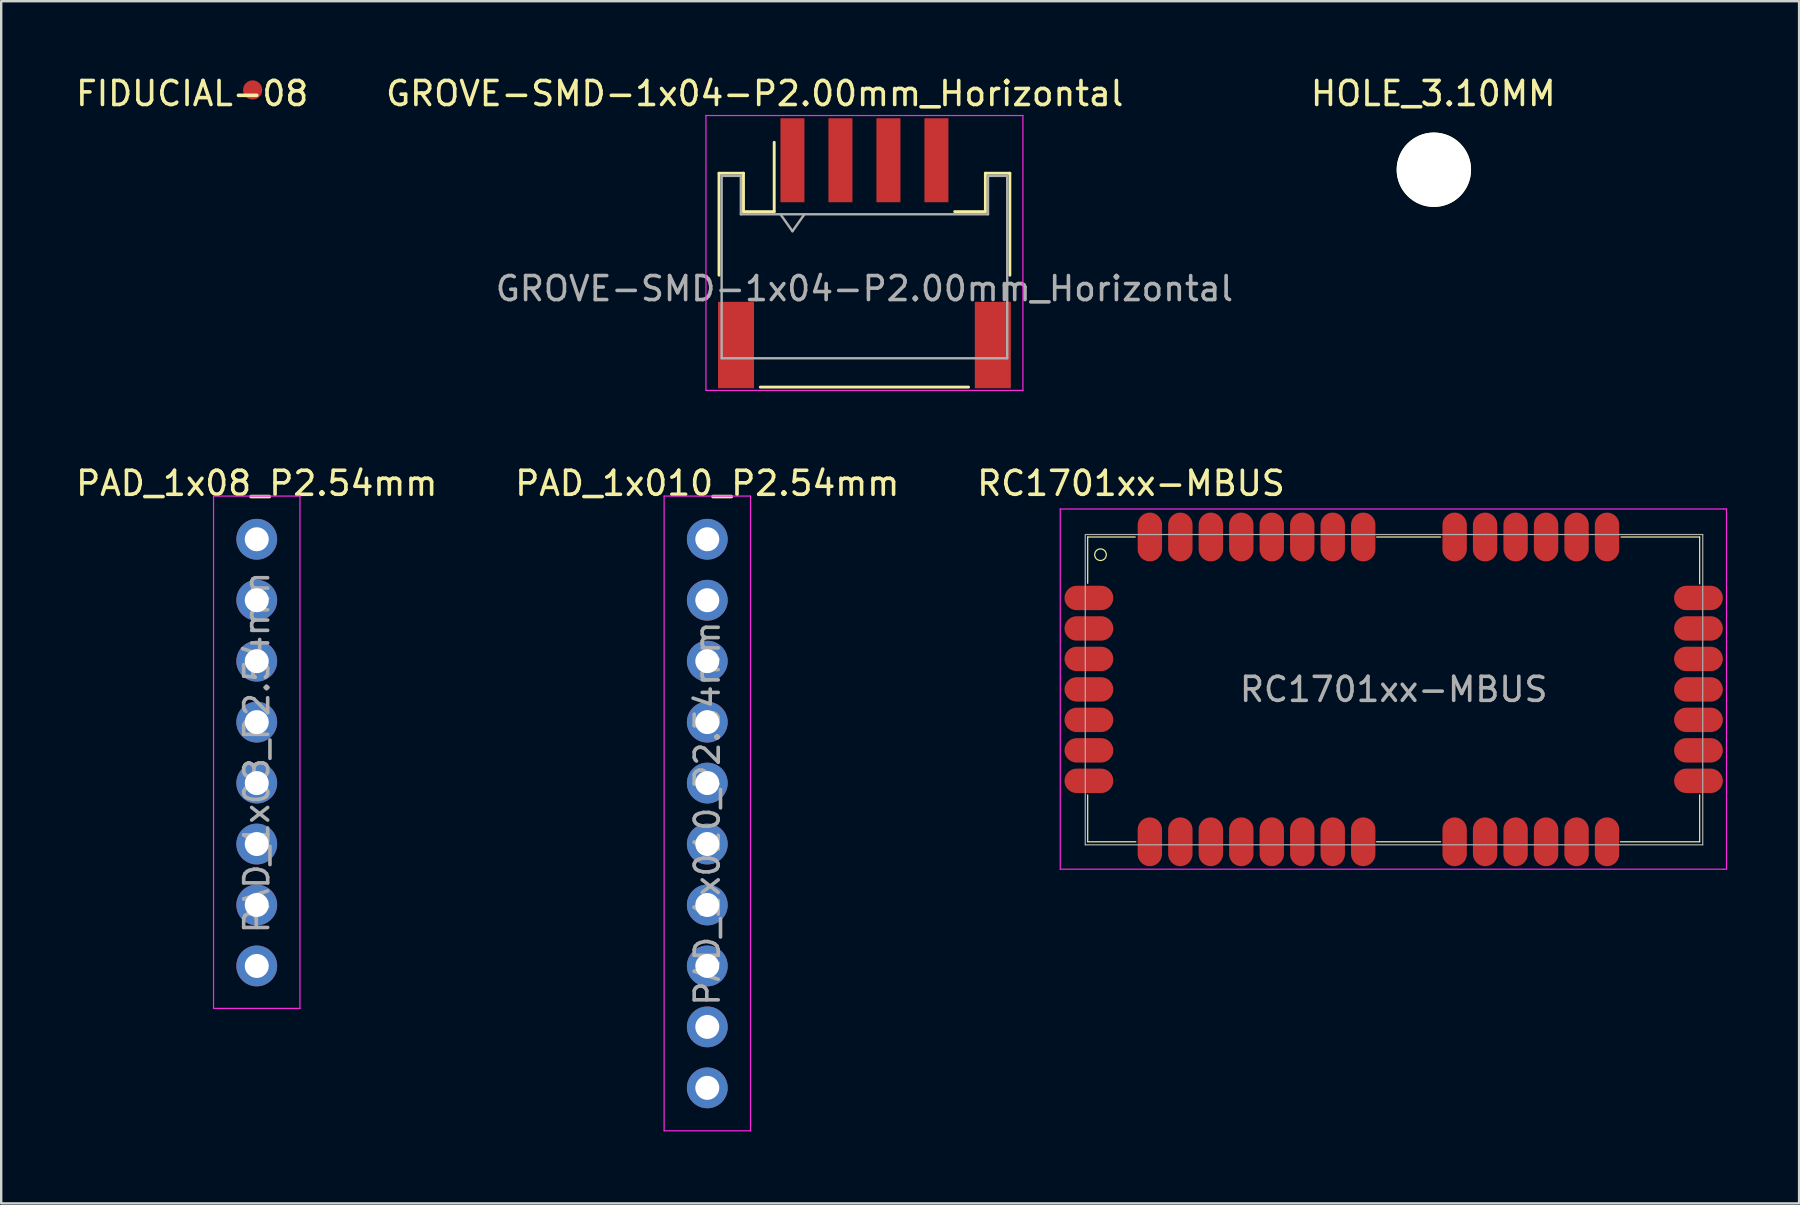
<source format=kicad_pcb>
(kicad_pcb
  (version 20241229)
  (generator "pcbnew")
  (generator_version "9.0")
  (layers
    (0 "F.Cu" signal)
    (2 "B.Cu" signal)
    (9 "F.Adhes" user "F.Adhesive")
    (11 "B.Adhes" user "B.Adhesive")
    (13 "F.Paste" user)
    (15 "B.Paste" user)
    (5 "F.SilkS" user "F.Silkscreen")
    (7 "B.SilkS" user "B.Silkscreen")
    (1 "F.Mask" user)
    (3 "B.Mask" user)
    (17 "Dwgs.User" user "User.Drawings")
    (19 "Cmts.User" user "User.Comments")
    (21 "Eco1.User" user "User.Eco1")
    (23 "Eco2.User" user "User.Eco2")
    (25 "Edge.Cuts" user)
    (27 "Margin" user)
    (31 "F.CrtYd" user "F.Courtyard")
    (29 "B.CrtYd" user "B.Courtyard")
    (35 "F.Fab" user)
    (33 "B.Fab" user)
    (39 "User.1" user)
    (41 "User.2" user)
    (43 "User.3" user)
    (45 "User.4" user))
  (footprint "FIDUCIAL-08"
    (layer "F.Cu")
    (at 7.478 0.698)
    (property "Reference" "FIDUCIAL-08" (at -2.52 0.15 0) (layer "F.SilkS") (effects (font (size 1 1) (thickness 0.15))))
    (attr through_hole)
    (pad "" smd circle (at 0 0) (size 0.8 0.8) (layers "F.Cu" "F.Mask")))
  (footprint "PAD_1x08_P2.54mm"
    (layer "F.Cu")
    (at 7.649 19.421)
    (property "Reference" "PAD_1x08_P2.54mm" (at 0 -2.33 0) (layer "F.SilkS") (effects (font (size 1 1) (thickness 0.15))))
    (attr through_hole)
    (fp_line (start -1.8 -1.8) (end -1.8 19.55) (stroke (width 0.05) (type solid)) (layer "F.CrtYd"))
    (fp_line (start -1.8 19.55) (end 1.8 19.55) (stroke (width 0.05) (type solid)) (layer "F.CrtYd"))
    (fp_line (start 1.8 -1.8) (end -1.8 -1.8) (stroke (width 0.05) (type solid)) (layer "F.CrtYd"))
    (fp_line (start 1.8 19.55) (end 1.8 -1.8) (stroke (width 0.05) (type solid)) (layer "F.CrtYd"))
    (fp_text user "${REFERENCE}" (at 0 8.89 90) (layer "F.Fab") (effects (font (size 1 1) (thickness 0.15))))
    (pad "1" thru_hole circle (at 0 0) (size 1.7 1.7) (drill 1) (layers "*.Cu" "*.Mask"))
    (pad "2" thru_hole oval (at 0 2.54) (size 1.7 1.7) (drill 1) (layers "*.Cu" "*.Mask"))
    (pad "3" thru_hole oval (at 0 5.08) (size 1.7 1.7) (drill 1) (layers "*.Cu" "*.Mask"))
    (pad "4" thru_hole oval (at 0 7.62) (size 1.7 1.7) (drill 1) (layers "*.Cu" "*.Mask"))
    (pad "5" thru_hole oval (at 0 10.16) (size 1.7 1.7) (drill 1) (layers "*.Cu" "*.Mask"))
    (pad "6" thru_hole oval (at 0 12.7) (size 1.7 1.7) (drill 1) (layers "*.Cu" "*.Mask"))
    (pad "7" thru_hole oval (at 0 15.24) (size 1.7 1.7) (drill 1) (layers "*.Cu" "*.Mask"))
    (pad "8" thru_hole oval (at 0 17.78) (size 1.7 1.7) (drill 1) (layers "*.Cu" "*.Mask")))
  (footprint "HOLE_3.10MM"
    (layer "F.Cu")
    (at 56.699 4.023)
    (property "Reference" "HOLE_3.10MM" (at -0.025 -3.175 0) (layer "F.SilkS") (effects (font (size 1 1) (thickness 0.15))))
    (attr through_hole)
    (pad "" np_thru_hole circle (at 0 0) (size 3.1 3.1) (drill 3.1) (layers "*.Cu" "*.Mask" "F.SilkS")))
  (footprint "PAD_1x010_P2.54mm"
    (layer "F.Cu")
    (at 26.423 19.421)
    (property "Reference" "PAD_1x010_P2.54mm" (at 0 -2.33 0) (layer "F.SilkS") (effects (font (size 1 1) (thickness 0.15))))
    (attr through_hole)
    (fp_line (start -1.8 -1.8) (end -1.8 24.65) (stroke (width 0.05) (type solid)) (layer "F.CrtYd"))
    (fp_line (start -1.8 24.65) (end 1.8 24.65) (stroke (width 0.05) (type solid)) (layer "F.CrtYd"))
    (fp_line (start 1.8 -1.8) (end -1.8 -1.8) (stroke (width 0.05) (type solid)) (layer "F.CrtYd"))
    (fp_line (start 1.8 24.65) (end 1.8 -1.8) (stroke (width 0.05) (type solid)) (layer "F.CrtYd"))
    (fp_text user "${REFERENCE}" (at 0 11.43 90) (layer "F.Fab") (effects (font (size 1 1) (thickness 0.15))))
    (pad "1" thru_hole circle (at 0 0) (size 1.7 1.7) (drill 1) (layers "*.Cu" "*.Mask"))
    (pad "2" thru_hole oval (at 0 2.54) (size 1.7 1.7) (drill 1) (layers "*.Cu" "*.Mask"))
    (pad "3" thru_hole oval (at 0 5.08) (size 1.7 1.7) (drill 1) (layers "*.Cu" "*.Mask"))
    (pad "4" thru_hole oval (at 0 7.62) (size 1.7 1.7) (drill 1) (layers "*.Cu" "*.Mask"))
    (pad "5" thru_hole oval (at 0 10.16) (size 1.7 1.7) (drill 1) (layers "*.Cu" "*.Mask"))
    (pad "6" thru_hole oval (at 0 12.7) (size 1.7 1.7) (drill 1) (layers "*.Cu" "*.Mask"))
    (pad "7" thru_hole oval (at 0 15.24) (size 1.7 1.7) (drill 1) (layers "*.Cu" "*.Mask"))
    (pad "8" thru_hole oval (at 0 17.78) (size 1.7 1.7) (drill 1) (layers "*.Cu" "*.Mask"))
    (pad "9" thru_hole oval (at 0 20.32) (size 1.7 1.7) (drill 1) (layers "*.Cu" "*.Mask"))
    (pad "10" thru_hole oval (at 0 22.86) (size 1.7 1.7) (drill 1) (layers "*.Cu" "*.Mask")))
  (footprint "GROVE-SMD-1x04-P2.00mm_Horizontal"
    (layer "F.Cu")
    (at 32.971 7.478)
    (property "Reference" "GROVE-SMD-1x04-P2.00mm_Horizontal" (at -4.572 -6.629 0) (layer "F.SilkS") (effects (font (size 1 1) (thickness 0.15))))
    (attr smd)
    (fp_line (start -6.06 -3.31) (end -5.04 -3.31) (stroke (width 0.12) (type solid)) (layer "F.SilkS"))
    (fp_line (start -6.06 0.94) (end -6.06 -3.31) (stroke (width 0.12) (type solid)) (layer "F.SilkS"))
    (fp_line (start -5.04 -3.31) (end -5.04 -1.71) (stroke (width 0.12) (type solid)) (layer "F.SilkS"))
    (fp_line (start -5.04 -1.71) (end -3.76 -1.71) (stroke (width 0.12) (type solid)) (layer "F.SilkS"))
    (fp_line (start -4.34 5.602) (end 4.34 5.602) (stroke (width 0.12) (type solid)) (layer "F.SilkS"))
    (fp_line (start -3.76 -1.71) (end -3.76 -4.6) (stroke (width 0.12) (type solid)) (layer "F.SilkS"))
    (fp_line (start 5.04 -3.31) (end 5.04 -1.71) (stroke (width 0.12) (type solid)) (layer "F.SilkS"))
    (fp_line (start 5.04 -1.71) (end 3.76 -1.71) (stroke (width 0.12) (type solid)) (layer "F.SilkS"))
    (fp_line (start 6.06 -3.31) (end 5.04 -3.31) (stroke (width 0.12) (type solid)) (layer "F.SilkS"))
    (fp_line (start 6.06 0.94) (end 6.06 -3.31) (stroke (width 0.12) (type solid)) (layer "F.SilkS"))
    (fp_line (start -6.604 -5.715) (end -6.604 5.74) (stroke (width 0.05) (type solid)) (layer "F.CrtYd"))
    (fp_line (start -6.604 -5.715) (end 6.604 -5.715) (stroke (width 0.05) (type solid)) (layer "F.CrtYd"))
    (fp_line (start 6.604 -5.715) (end 6.604 5.74) (stroke (width 0.05) (type solid)) (layer "F.CrtYd"))
    (fp_line (start 6.604 5.74) (end -6.604 5.74) (stroke (width 0.05) (type solid)) (layer "F.CrtYd"))
    (fp_line (start -5.95 -3.2) (end -5.95 4.4) (stroke (width 0.1) (type solid)) (layer "F.Fab"))
    (fp_line (start -5.95 -3.2) (end -5.15 -3.2) (stroke (width 0.1) (type solid)) (layer "F.Fab"))
    (fp_line (start -5.95 4.4) (end 5.95 4.4) (stroke (width 0.1) (type solid)) (layer "F.Fab"))
    (fp_line (start -5.15 -3.2) (end -5.15 -1.6) (stroke (width 0.1) (type solid)) (layer "F.Fab"))
    (fp_line (start -5.15 -1.6) (end 5.15 -1.6) (stroke (width 0.1) (type solid)) (layer "F.Fab"))
    (fp_line (start -3.5 -1.6) (end -3 -0.893) (stroke (width 0.1) (type solid)) (layer "F.Fab"))
    (fp_line (start -3 -0.893) (end -2.5 -1.6) (stroke (width 0.1) (type solid)) (layer "F.Fab"))
    (fp_line (start 5.15 -3.2) (end 5.95 -3.2) (stroke (width 0.1) (type solid)) (layer "F.Fab"))
    (fp_line (start 5.15 -1.6) (end 5.15 -3.2) (stroke (width 0.1) (type solid)) (layer "F.Fab"))
    (fp_line (start 5.95 -3.2) (end 5.95 4.4) (stroke (width 0.1) (type solid)) (layer "F.Fab"))
    (fp_text user "${REFERENCE}" (at 0 1.5 0) (layer "F.Fab") (effects (font (size 1 1) (thickness 0.15))))
    (pad "1" smd rect (at -3 -3.85) (size 1 3.5) (layers "F.Cu" "F.Mask" "F.Paste"))
    (pad "2" smd rect (at -1 -3.85) (size 1 3.5) (layers "F.Cu" "F.Mask" "F.Paste"))
    (pad "3" smd rect (at 1 -3.85) (size 1 3.5) (layers "F.Cu" "F.Mask" "F.Paste"))
    (pad "4" smd rect (at 3 -3.85) (size 1 3.5) (layers "F.Cu" "F.Mask" "F.Paste"))
    (pad "MP" smd rect (at -5.35 3.85) (size 1.5 3.6) (layers "F.Cu" "F.Mask" "F.Paste"))
    (pad "MP" smd rect (at 5.35 3.85) (size 1.5 3.6) (layers "F.Cu" "F.Mask" "F.Paste")))
  (footprint "RC1701xx-MBUS"
    (layer "F.Cu")
    (at 55.025 25.677)
    (property "Reference" "RC1701xx-MBUS" (at -10.947 -8.585 0) (layer "F.SilkS") (effects (font (size 1 1) (thickness 0.15))))
    (attr smd)
    (fp_line (start -12.751 -6.35) (end -10.77 -6.35) (stroke (width 0.05) (type solid)) (layer "F.SilkS"))
    (fp_line (start -12.751 -4.42) (end -12.751 -6.35) (stroke (width 0.05) (type solid)) (layer "F.SilkS"))
    (fp_line (start -12.751 4.394) (end -12.751 6.35) (stroke (width 0.05) (type solid)) (layer "F.SilkS"))
    (fp_line (start -12.751 6.35) (end -10.744 6.35) (stroke (width 0.05) (type solid)) (layer "F.SilkS"))
    (fp_line (start -0.711 -6.35) (end 1.956 -6.35) (stroke (width 0.05) (type solid)) (layer "F.SilkS"))
    (fp_line (start -0.711 6.35) (end 1.956 6.35) (stroke (width 0.05) (type solid)) (layer "F.SilkS"))
    (fp_line (start 9.449 6.35) (end 12.751 6.35) (stroke (width 0.05) (type solid)) (layer "F.SilkS"))
    (fp_line (start 12.751 -6.35) (end 9.474 -6.35) (stroke (width 0.05) (type solid)) (layer "F.SilkS"))
    (fp_line (start 12.751 -4.394) (end 12.751 -6.35) (stroke (width 0.05) (type solid)) (layer "F.SilkS"))
    (fp_line (start 12.751 6.35) (end 12.751 4.394) (stroke (width 0.05) (type solid)) (layer "F.SilkS"))
    (fp_circle (center -12.217 -5.613) (end -12.446 -5.69) (stroke (width 0.05) (type solid)) (fill no) (layer "F.SilkS"))
    (fp_line (start -13.894 -7.518) (end 13.741 -7.518) (stroke (width 0.05) (type solid)) (layer "F.CrtYd"))
    (fp_line (start -13.894 7.493) (end -13.894 -7.518) (stroke (width 0.05) (type solid)) (layer "F.CrtYd"))
    (fp_line (start -13.894 7.493) (end 13.741 7.493) (stroke (width 0.05) (type solid)) (layer "F.CrtYd"))
    (fp_line (start 13.868 -7.518) (end 13.741 -7.518) (stroke (width 0.05) (type solid)) (layer "F.CrtYd"))
    (fp_line (start 13.868 -7.518) (end 13.868 7.493) (stroke (width 0.05) (type solid)) (layer "F.CrtYd"))
    (fp_line (start 13.868 7.493) (end 13.741 7.493) (stroke (width 0.05) (type solid)) (layer "F.CrtYd"))
    (fp_line (start -12.852 6.477) (end -12.852 -6.452) (stroke (width 0.05) (type solid)) (layer "F.Fab"))
    (fp_line (start -12.827 -6.452) (end -10.516 -6.452) (stroke (width 0.05) (type solid)) (layer "F.Fab"))
    (fp_line (start -10.516 -6.452) (end 12.878 -6.452) (stroke (width 0.05) (type solid)) (layer "F.Fab"))
    (fp_line (start 12.878 -6.452) (end 12.878 6.477) (stroke (width 0.05) (type solid)) (layer "F.Fab"))
    (fp_line (start 12.878 6.477) (end -12.852 6.477) (stroke (width 0.05) (type solid)) (layer "F.Fab"))
    (fp_text user "${REFERENCE}" (at 0 0 180) (layer "F.Fab") (effects (font (size 1 1) (thickness 0.15))))
    (pad "1" smd oval (at -12.7 -3.81) (size 2.032 1.016) (layers "F.Cu" "F.Mask" "F.Paste"))
    (pad "2" smd oval (at -12.7 -2.54) (size 2.032 1.016) (layers "F.Cu" "F.Mask" "F.Paste"))
    (pad "3" smd oval (at -12.7 -1.27) (size 2.032 1.016) (layers "F.Cu" "F.Mask" "F.Paste"))
    (pad "4" smd oval (at -12.7 0) (size 2.032 1.016) (layers "F.Cu" "F.Mask" "F.Paste"))
    (pad "5" smd oval (at -12.7 1.27) (size 2.032 1.016) (layers "F.Cu" "F.Mask" "F.Paste"))
    (pad "6" smd oval (at -12.7 2.54) (size 2.032 1.016) (layers "F.Cu" "F.Mask" "F.Paste"))
    (pad "7" smd oval (at -12.7 3.81) (size 2.032 1.016) (layers "F.Cu" "F.Mask" "F.Paste"))
    (pad "8" smd oval (at 12.7 3.81) (size 2.032 1.016) (layers "F.Cu" "F.Mask" "F.Paste"))
    (pad "9" smd oval (at 12.7 2.54) (size 2.032 1.016) (layers "F.Cu" "F.Mask" "F.Paste"))
    (pad "10" smd oval (at 12.7 1.27) (size 2.032 1.016) (layers "F.Cu" "F.Mask" "F.Paste"))
    (pad "11" smd oval (at 12.7 0) (size 2.032 1.016) (layers "F.Cu" "F.Mask" "F.Paste"))
    (pad "12" smd oval (at 12.7 -1.27) (size 2.032 1.016) (layers "F.Cu" "F.Mask" "F.Paste"))
    (pad "13" smd oval (at 12.7 -2.54) (size 2.032 1.016) (layers "F.Cu" "F.Mask" "F.Paste"))
    (pad "14" smd oval (at 12.7 -3.81) (size 2.032 1.016) (layers "F.Cu" "F.Mask" "F.Paste"))
    (pad "15" smd oval (at -10.16 6.35) (size 1.016 2.032) (layers "F.Cu" "F.Mask" "F.Paste"))
    (pad "16" smd oval (at -8.89 6.35) (size 1.016 2.032) (layers "F.Cu" "F.Mask" "F.Paste"))
    (pad "17" smd oval (at -7.62 6.35) (size 1.016 2.032) (layers "F.Cu" "F.Mask" "F.Paste"))
    (pad "18" smd oval (at -6.35 6.35) (size 1.016 2.032) (layers "F.Cu" "F.Mask" "F.Paste"))
    (pad "19" smd oval (at -5.08 6.35) (size 1.016 2.032) (layers "F.Cu" "F.Mask" "F.Paste"))
    (pad "20" smd oval (at -3.81 6.35) (size 1.016 2.032) (layers "F.Cu" "F.Mask" "F.Paste"))
    (pad "21" smd oval (at -2.54 6.35) (size 1.016 2.032) (layers "F.Cu" "F.Mask" "F.Paste"))
    (pad "22" smd oval (at -1.27 6.35) (size 1.016 2.032) (layers "F.Cu" "F.Mask" "F.Paste"))
    (pad "23" smd oval (at -1.27 -6.35) (size 1.016 2.032) (layers "F.Cu" "F.Mask" "F.Paste"))
    (pad "24" smd oval (at -2.54 -6.35) (size 1.016 2.032) (layers "F.Cu" "F.Mask" "F.Paste"))
    (pad "25" smd oval (at -3.81 -6.35) (size 1.016 2.032) (layers "F.Cu" "F.Mask" "F.Paste"))
    (pad "26" smd oval (at -5.08 -6.35) (size 1.016 2.032) (layers "F.Cu" "F.Mask" "F.Paste"))
    (pad "27" smd oval (at -6.35 -6.35) (size 1.016 2.032) (layers "F.Cu" "F.Mask" "F.Paste"))
    (pad "28" smd oval (at -7.62 -6.35) (size 1.016 2.032) (layers "F.Cu" "F.Mask" "F.Paste"))
    (pad "29" smd oval (at -8.89 -6.35) (size 1.016 2.032) (layers "F.Cu" "F.Mask" "F.Paste"))
    (pad "30" smd oval (at -10.16 -6.35) (size 1.016 2.032) (layers "F.Cu" "F.Mask" "F.Paste"))
    (pad "31" smd oval (at 2.54 -6.35) (size 1.016 2.032) (layers "F.Cu" "F.Mask" "F.Paste"))
    (pad "32" smd oval (at 2.54 6.35) (size 1.016 2.032) (layers "F.Cu" "F.Mask" "F.Paste"))
    (pad "33" smd oval (at 3.81 -6.35) (size 1.016 2.032) (layers "F.Cu" "F.Mask" "F.Paste"))
    (pad "34" smd oval (at 3.81 6.35) (size 1.016 2.032) (layers "F.Cu" "F.Mask" "F.Paste"))
    (pad "35" smd oval (at 5.08 -6.35) (size 1.016 2.032) (layers "F.Cu" "F.Mask" "F.Paste"))
    (pad "36" smd oval (at 5.08 6.35) (size 1.016 2.032) (layers "F.Cu" "F.Mask" "F.Paste"))
    (pad "37" smd oval (at 6.35 -6.35) (size 1.016 2.032) (layers "F.Cu" "F.Mask" "F.Paste"))
    (pad "38" smd oval (at 6.35 6.35) (size 1.016 2.032) (layers "F.Cu" "F.Mask" "F.Paste"))
    (pad "39" smd oval (at 7.62 -6.35) (size 1.016 2.032) (layers "F.Cu" "F.Mask" "F.Paste"))
    (pad "40" smd oval (at 7.62 6.35) (size 1.016 2.032) (layers "F.Cu" "F.Mask" "F.Paste"))
    (pad "41" smd oval (at 8.89 -6.35) (size 1.016 2.032) (layers "F.Cu" "F.Mask" "F.Paste"))
    (pad "42" smd oval (at 8.89 6.35) (size 1.016 2.032) (layers "F.Cu" "F.Mask" "F.Paste")))
  (gr_rect
    (start -3 -3)
    (end 71.918 47.096)
    (stroke (width 0.1) (type default))
    (fill no)
    (layer "Edge.Cuts")))
</source>
